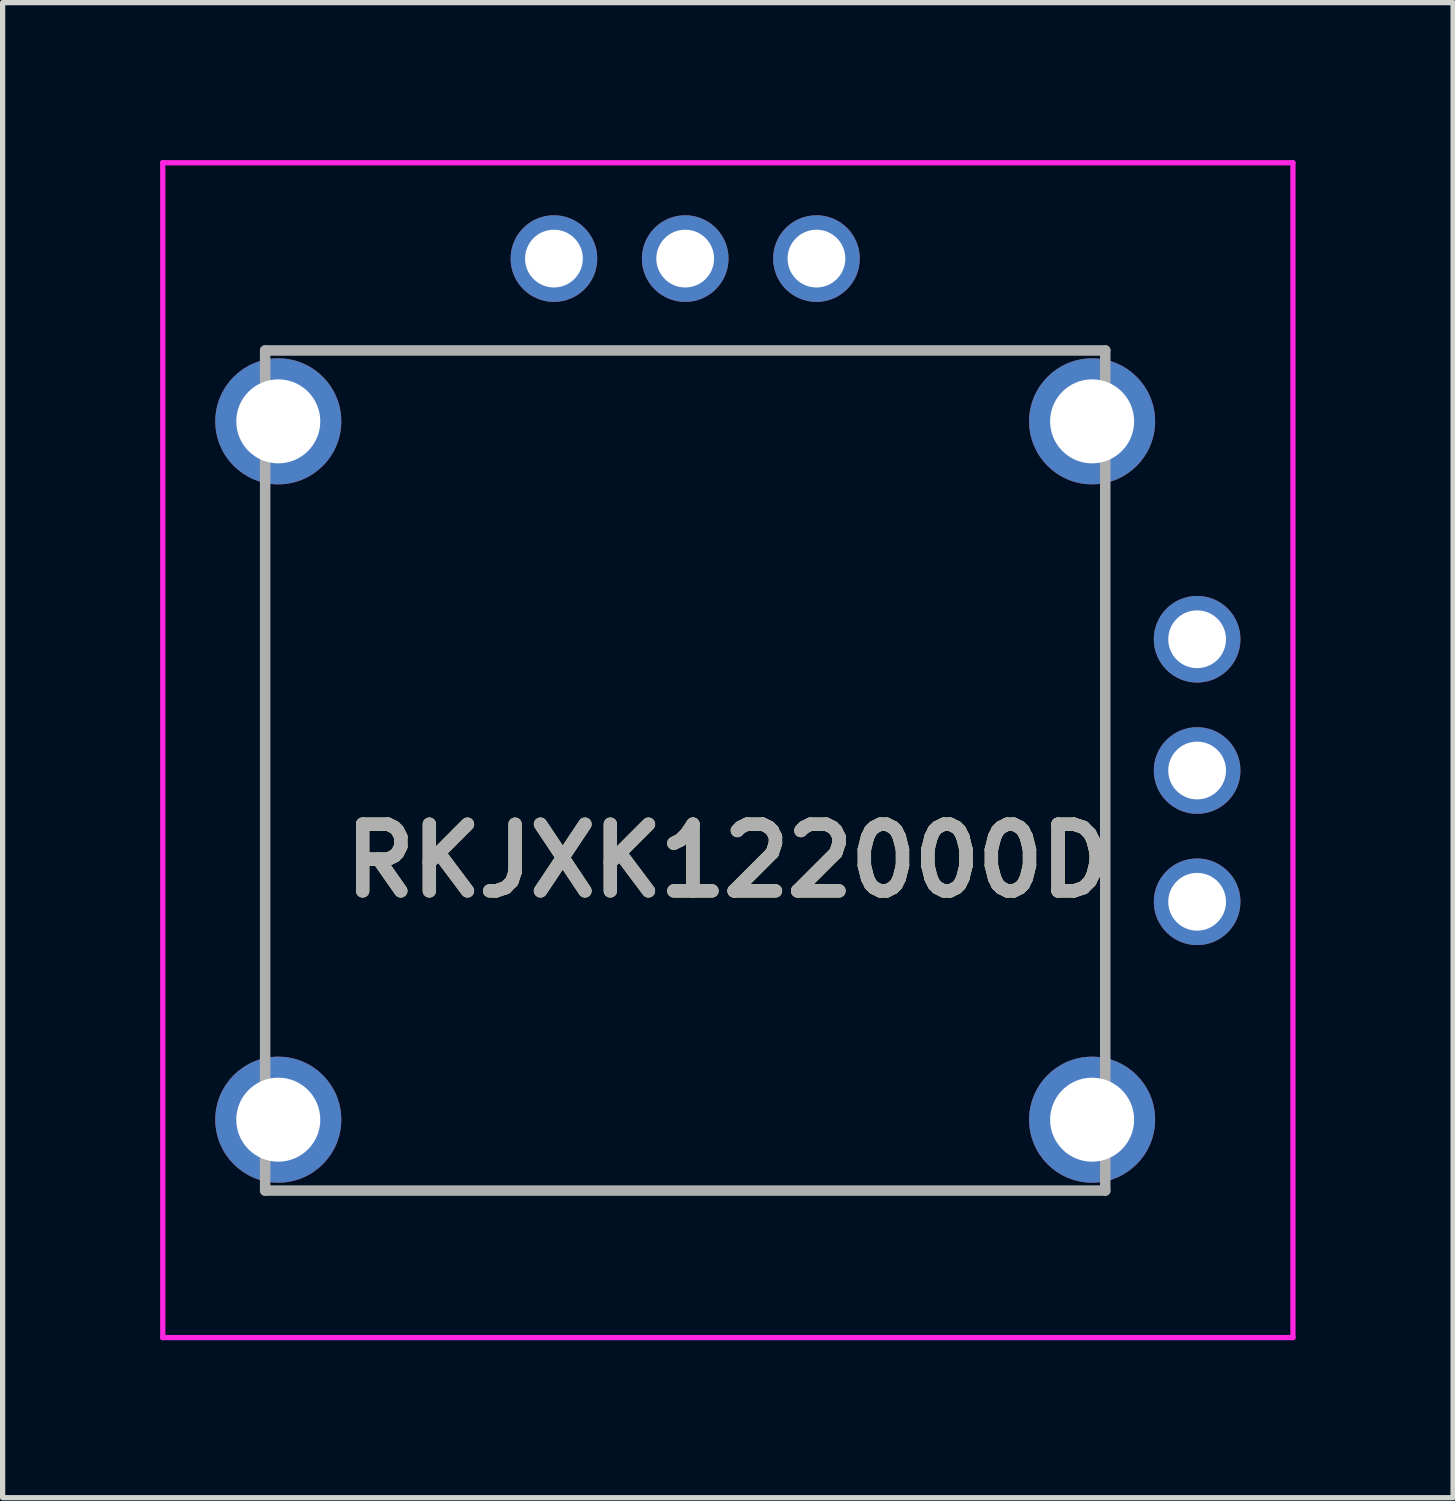
<source format=kicad_pcb>
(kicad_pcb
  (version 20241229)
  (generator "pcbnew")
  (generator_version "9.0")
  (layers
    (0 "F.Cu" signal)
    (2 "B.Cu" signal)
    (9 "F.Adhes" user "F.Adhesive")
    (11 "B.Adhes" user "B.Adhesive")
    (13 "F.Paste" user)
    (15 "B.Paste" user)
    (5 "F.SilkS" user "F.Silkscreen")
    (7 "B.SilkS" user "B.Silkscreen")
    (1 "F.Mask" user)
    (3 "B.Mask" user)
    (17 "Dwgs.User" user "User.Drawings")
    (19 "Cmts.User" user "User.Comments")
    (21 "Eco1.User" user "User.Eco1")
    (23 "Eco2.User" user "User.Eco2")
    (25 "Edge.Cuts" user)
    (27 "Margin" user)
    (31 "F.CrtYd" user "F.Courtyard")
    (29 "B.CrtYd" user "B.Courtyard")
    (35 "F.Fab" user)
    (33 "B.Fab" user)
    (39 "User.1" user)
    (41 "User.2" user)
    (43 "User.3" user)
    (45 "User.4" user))
  (footprint "RKJXK122000D"
    (layer "F.Cu")
    (at 19.75 14.125)
    (property "Reference" "RKJXK122000D" (at -8.938 -0.782 0) (layer "F.SilkS") (effects (font (size 1.27 1.27) (thickness 0.254))))
    (attr through_hole)
    (fp_line (start -17.75 -7.25) (end -17.75 -7.25) (stroke (width 0.1) (type solid)) (layer "F.SilkS"))
    (fp_line (start -17.75 -7.25) (end -17.75 2.25) (stroke (width 0.1) (type solid)) (layer "F.SilkS"))
    (fp_line (start -17.75 2.25) (end -17.75 -7.25) (stroke (width 0.1) (type solid)) (layer "F.SilkS"))
    (fp_line (start -17.75 2.25) (end -17.75 2.25) (stroke (width 0.1) (type solid)) (layer "F.SilkS"))
    (fp_line (start -16.25 -10.5) (end -16.25 -10.5) (stroke (width 0.1) (type solid)) (layer "F.SilkS"))
    (fp_line (start -16.25 -10.5) (end -3.5 -10.5) (stroke (width 0.1) (type solid)) (layer "F.SilkS"))
    (fp_line (start -3.5 -10.5) (end -16.25 -10.5) (stroke (width 0.1) (type solid)) (layer "F.SilkS"))
    (fp_line (start -3.5 -10.5) (end -3.5 -10.5) (stroke (width 0.1) (type solid)) (layer "F.SilkS"))
    (fp_line (start -1.75 -6.75) (end -1.75 -6.75) (stroke (width 0.1) (type solid)) (layer "F.SilkS"))
    (fp_line (start -1.75 -6.75) (end -1.75 2.25) (stroke (width 0.1) (type solid)) (layer "F.SilkS"))
    (fp_line (start -1.75 2.25) (end -1.75 -6.75) (stroke (width 0.1) (type solid)) (layer "F.SilkS"))
    (fp_line (start -1.75 2.25) (end -1.75 2.25) (stroke (width 0.1) (type solid)) (layer "F.SilkS"))
    (fp_line (start -19.7 -14.075) (end 1.825 -14.075) (stroke (width 0.1) (type solid)) (layer "F.CrtYd"))
    (fp_line (start -19.7 8.3) (end -19.7 -14.075) (stroke (width 0.1) (type solid)) (layer "F.CrtYd"))
    (fp_line (start 1.825 -14.075) (end 1.825 8.3) (stroke (width 0.1) (type solid)) (layer "F.CrtYd"))
    (fp_line (start 1.825 8.3) (end -19.7 8.3) (stroke (width 0.1) (type solid)) (layer "F.CrtYd"))
    (fp_line (start -17.75 -10.5) (end -17.75 5.5) (stroke (width 0.2) (type solid)) (layer "F.Fab"))
    (fp_line (start -17.75 5.5) (end -1.75 5.5) (stroke (width 0.2) (type solid)) (layer "F.Fab"))
    (fp_line (start -1.75 -10.5) (end -17.75 -10.5) (stroke (width 0.2) (type solid)) (layer "F.Fab"))
    (fp_line (start -1.75 5.5) (end -1.75 -10.5) (stroke (width 0.2) (type solid)) (layer "F.Fab"))
    (fp_text user "${REFERENCE}" (at -8.938 -0.782 0) (layer "F.Fab") (effects (font (size 1.27 1.27) (thickness 0.254))))
    (pad "1" thru_hole circle (at -12.25 -12.25) (size 1.65 1.65) (drill 1.1) (layers "*.Cu" "*.Mask"))
    (pad "2" thru_hole circle (at -9.75 -12.25) (size 1.65 1.65) (drill 1.1) (layers "*.Cu" "*.Mask"))
    (pad "3" thru_hole circle (at -7.25 -12.25) (size 1.65 1.65) (drill 1.1) (layers "*.Cu" "*.Mask"))
    (pad "4" thru_hole circle (at 0 0) (size 1.65 1.65) (drill 1.1) (layers "*.Cu" "*.Mask"))
    (pad "5" thru_hole circle (at 0 -2.5) (size 1.65 1.65) (drill 1.1) (layers "*.Cu" "*.Mask"))
    (pad "6" thru_hole circle (at 0 -5) (size 1.65 1.65) (drill 1.1) (layers "*.Cu" "*.Mask"))
    (pad "GND" thru_hole circle (at -17.5 -9.15) (size 2.4 2.4) (drill 1.6) (layers "*.Cu" "*.Mask"))
    (pad "GND" thru_hole circle (at -17.5 4.15) (size 2.4 2.4) (drill 1.6) (layers "*.Cu" "*.Mask"))
    (pad "GND" thru_hole circle (at -2 -9.15) (size 2.4 2.4) (drill 1.6) (layers "*.Cu" "*.Mask"))
    (pad "GND" thru_hole circle (at -2 4.15) (size 2.4 2.4) (drill 1.6) (layers "*.Cu" "*.Mask")))
  (gr_rect
    (start -3 -3)
    (end 24.625 25.475)
    (stroke (width 0.1) (type default))
    (fill no)
    (layer "Edge.Cuts")))
</source>
